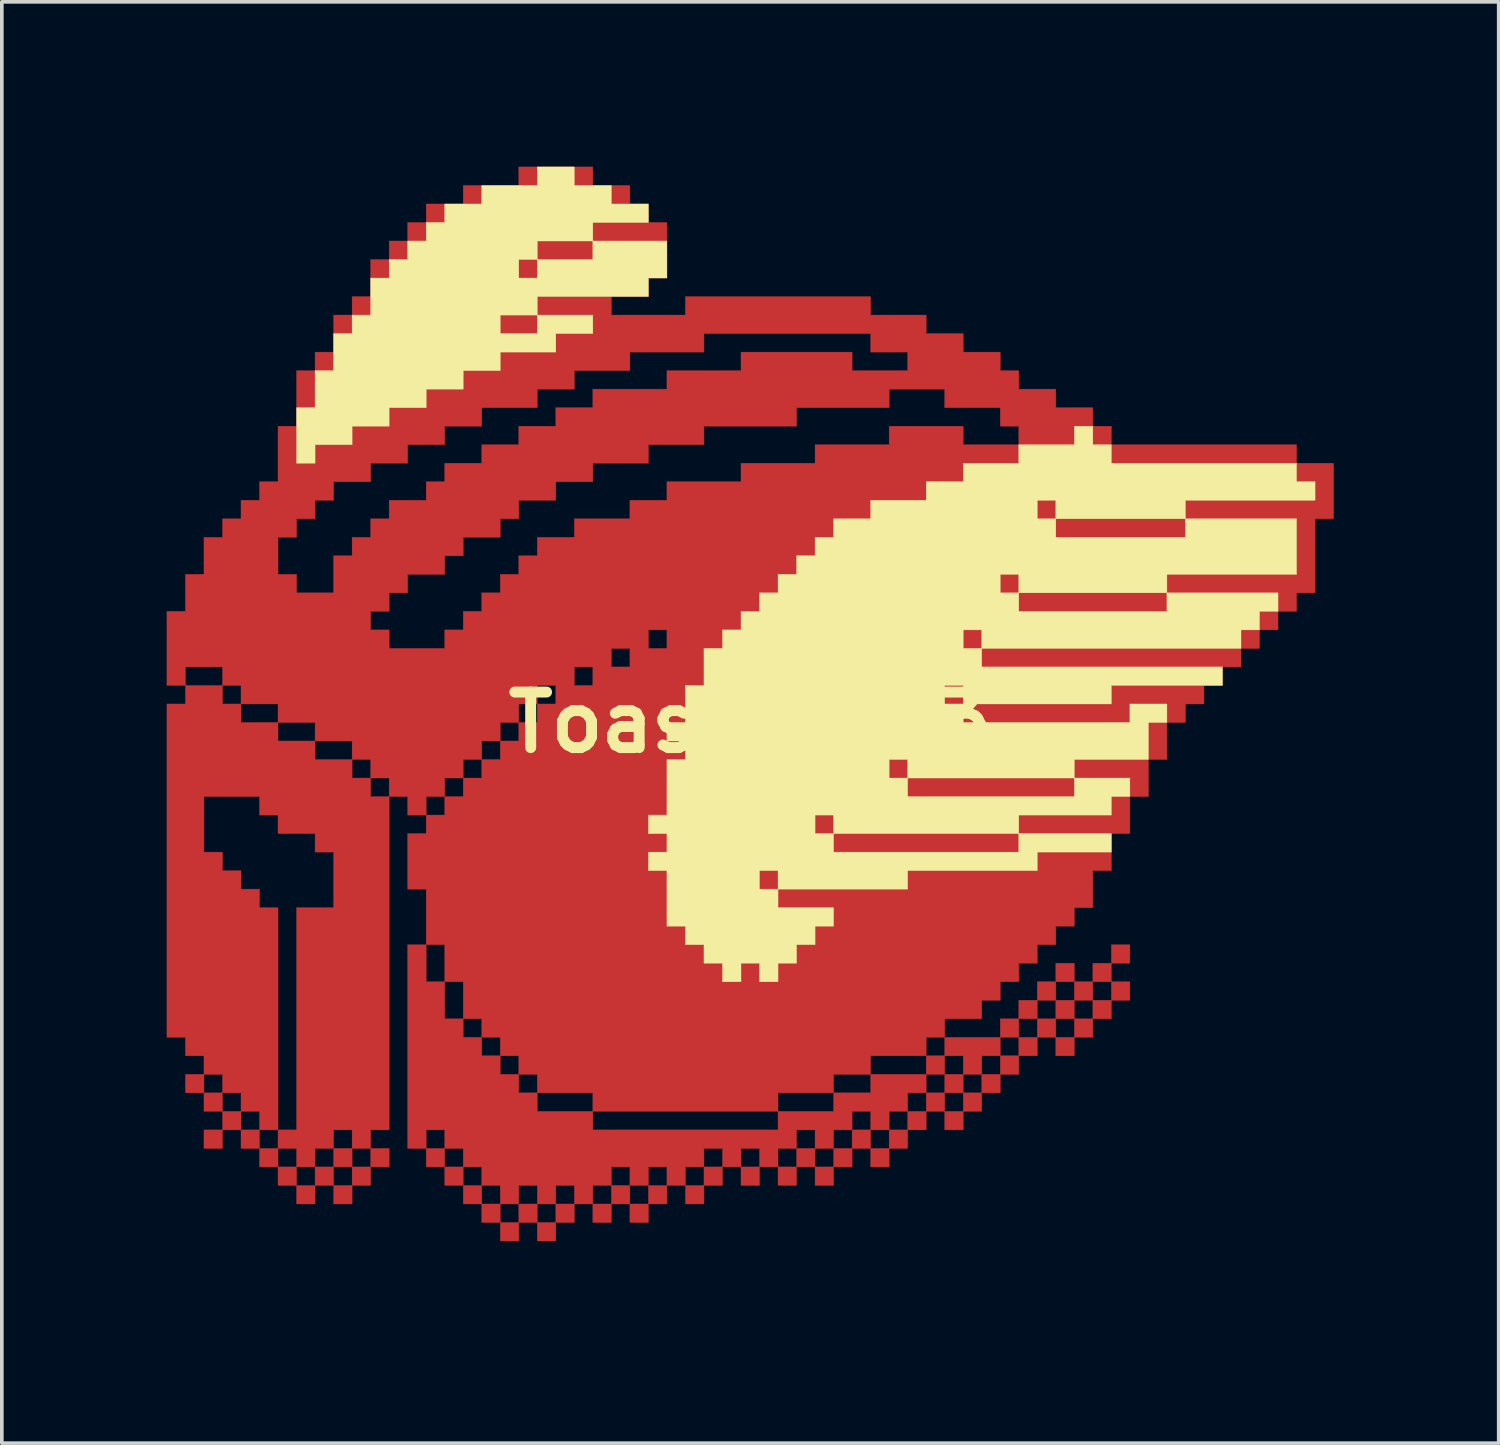
<source format=kicad_pcb>
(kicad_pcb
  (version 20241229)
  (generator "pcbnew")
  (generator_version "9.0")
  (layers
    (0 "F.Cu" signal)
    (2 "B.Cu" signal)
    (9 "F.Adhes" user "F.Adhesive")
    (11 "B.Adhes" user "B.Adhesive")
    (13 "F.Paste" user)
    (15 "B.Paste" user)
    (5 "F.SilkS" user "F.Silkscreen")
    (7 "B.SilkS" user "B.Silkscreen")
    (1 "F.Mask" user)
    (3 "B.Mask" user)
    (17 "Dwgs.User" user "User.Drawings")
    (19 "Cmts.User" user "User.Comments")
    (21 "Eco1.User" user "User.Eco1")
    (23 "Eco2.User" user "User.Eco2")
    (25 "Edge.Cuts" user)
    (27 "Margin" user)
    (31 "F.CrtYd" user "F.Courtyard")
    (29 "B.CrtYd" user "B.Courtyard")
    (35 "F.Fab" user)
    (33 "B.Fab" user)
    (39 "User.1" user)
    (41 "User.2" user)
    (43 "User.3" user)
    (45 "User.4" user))
  (footprint "Toasty_rev3"
    (layer "F.Cu")
    (at 17.531 16.769)
    (property "Reference" "Toasty_rev3" (at 0 0 0) (layer "F.SilkS") (effects (font (size 1.524 1.524) (thickness 0.3))))
    (attr through_hole)
    (fp_poly (pts (xy -15.494 10.16) (xy -15.494 9.652) (xy -14.986 9.652) (xy -14.986 10.16) (xy -15.494 10.16)) (stroke (width 0.01) (type solid)) (fill yes) (layer "F.Cu"))
    (fp_poly (pts (xy -14.986 10.668) (xy -14.986 10.16) (xy -14.478 10.16) (xy -14.478 10.668) (xy -14.986 10.668)) (stroke (width 0.01) (type solid)) (fill yes) (layer "F.Cu"))
    (fp_poly (pts (xy -14.478 10.668) (xy -13.97 10.668) (xy -13.97 11.176) (xy -14.478 11.176) (xy -14.478 10.668)) (stroke (width 0.01) (type solid)) (fill yes) (layer "F.Cu"))
    (fp_poly (pts (xy -14.478 11.684) (xy -14.986 11.684) (xy -14.986 11.176) (xy -14.478 11.176) (xy -14.478 11.684)) (stroke (width 0.01) (type solid)) (fill yes) (layer "F.Cu"))
    (fp_poly (pts (xy -10.922 12.192) (xy -11.43 12.192) (xy -11.43 11.684) (xy -10.922 11.684) (xy -10.922 12.192)) (stroke (width 0.01) (type solid)) (fill yes) (layer "F.Cu"))
    (fp_poly (pts (xy 1.27 12.192) (xy 1.27 11.684) (xy 1.778 11.684) (xy 1.778 12.192) (xy 1.27 12.192)) (stroke (width 0.01) (type solid)) (fill yes) (layer "F.Cu"))
    (fp_poly (pts (xy 1.27 12.7) (xy 0.762 12.7) (xy 0.762 12.192) (xy 1.27 12.192) (xy 1.27 12.7)) (stroke (width 0.01) (type solid)) (fill yes) (layer "F.Cu"))
    (fp_poly (pts (xy 2.286 12.7) (xy 1.778 12.7) (xy 1.778 12.192) (xy 2.286 12.192) (xy 2.286 12.7)) (stroke (width 0.01) (type solid)) (fill yes) (layer "F.Cu"))
    (fp_poly (pts (xy 2.794 11.684) (xy 2.794 11.176) (xy 3.302 11.176) (xy 3.302 11.684) (xy 2.794 11.684)) (stroke (width 0.01) (type solid)) (fill yes) (layer "F.Cu"))
    (fp_poly (pts (xy 2.794 12.192) (xy 2.286 12.192) (xy 2.286 11.684) (xy 2.794 11.684) (xy 2.794 12.192)) (stroke (width 0.01) (type solid)) (fill yes) (layer "F.Cu"))
    (fp_poly (pts (xy 3.81 12.192) (xy 3.302 12.192) (xy 3.302 11.684) (xy 3.81 11.684) (xy 3.81 12.192)) (stroke (width 0.01) (type solid)) (fill yes) (layer "F.Cu"))
    (fp_poly (pts (xy 4.318 11.684) (xy 3.81 11.684) (xy 3.81 11.176) (xy 4.318 11.176) (xy 4.318 11.684)) (stroke (width 0.01) (type solid)) (fill yes) (layer "F.Cu"))
    (fp_poly (pts (xy 4.826 9.652) (xy 4.826 9.144) (xy 5.334 9.144) (xy 5.334 9.652) (xy 4.826 9.652)) (stroke (width 0.01) (type solid)) (fill yes) (layer "F.Cu"))
    (fp_poly (pts (xy 4.826 10.668) (xy 4.826 10.16) (xy 5.334 10.16) (xy 5.334 10.668) (xy 4.826 10.668)) (stroke (width 0.01) (type solid)) (fill yes) (layer "F.Cu"))
    (fp_poly (pts (xy 4.826 11.176) (xy 4.318 11.176) (xy 4.318 10.668) (xy 4.826 10.668) (xy 4.826 11.176)) (stroke (width 0.01) (type solid)) (fill yes) (layer "F.Cu"))
    (fp_poly (pts (xy 5.842 9.652) (xy 5.842 10.16) (xy 5.334 10.16) (xy 5.334 9.652) (xy 5.842 9.652)) (stroke (width 0.01) (type solid)) (fill yes) (layer "F.Cu"))
    (fp_poly (pts (xy 5.842 11.176) (xy 5.334 11.176) (xy 5.334 10.668) (xy 5.842 10.668) (xy 5.842 11.176)) (stroke (width 0.01) (type solid)) (fill yes) (layer "F.Cu"))
    (fp_poly (pts (xy 6.35 10.668) (xy 5.842 10.668) (xy 5.842 10.16) (xy 6.35 10.16) (xy 6.35 10.668)) (stroke (width 0.01) (type solid)) (fill yes) (layer "F.Cu"))
    (fp_poly (pts (xy 6.858 10.16) (xy 6.35 10.16) (xy 6.35 9.652) (xy 6.858 9.652) (xy 6.858 10.16)) (stroke (width 0.01) (type solid)) (fill yes) (layer "F.Cu"))
    (fp_poly (pts (xy 7.366 8.636) (xy 6.858 8.636) (xy 6.858 8.128) (xy 7.366 8.128) (xy 7.366 8.636)) (stroke (width 0.01) (type solid)) (fill yes) (layer "F.Cu"))
    (fp_poly (pts (xy 7.366 9.652) (xy 6.858 9.652) (xy 6.858 9.144) (xy 7.366 9.144) (xy 7.366 9.652)) (stroke (width 0.01) (type solid)) (fill yes) (layer "F.Cu"))
    (fp_poly (pts (xy 7.874 8.128) (xy 7.366 8.128) (xy 7.366 7.62) (xy 7.874 7.62) (xy 7.874 8.128)) (stroke (width 0.01) (type solid)) (fill yes) (layer "F.Cu"))
    (fp_poly (pts (xy 7.874 8.636) (xy 7.874 8.128) (xy 8.382 8.128) (xy 8.382 8.636) (xy 7.874 8.636)) (stroke (width 0.01) (type solid)) (fill yes) (layer "F.Cu"))
    (fp_poly (pts (xy 7.874 9.144) (xy 7.366 9.144) (xy 7.366 8.636) (xy 7.874 8.636) (xy 7.874 9.144)) (stroke (width 0.01) (type solid)) (fill yes) (layer "F.Cu"))
    (fp_poly (pts (xy 8.382 7.112) (xy 8.382 6.604) (xy 8.89 6.604) (xy 8.89 7.112) (xy 8.382 7.112)) (stroke (width 0.01) (type solid)) (fill yes) (layer "F.Cu"))
    (fp_poly (pts (xy 8.382 7.62) (xy 7.874 7.62) (xy 7.874 7.112) (xy 8.382 7.112) (xy 8.382 7.62)) (stroke (width 0.01) (type solid)) (fill yes) (layer "F.Cu"))
    (fp_poly (pts (xy 8.89 8.128) (xy 8.382 8.128) (xy 8.382 7.62) (xy 8.89 7.62) (xy 8.89 8.128)) (stroke (width 0.01) (type solid)) (fill yes) (layer "F.Cu"))
    (fp_poly (pts (xy 8.89 9.144) (xy 8.382 9.144) (xy 8.382 8.636) (xy 8.89 8.636) (xy 8.89 9.144)) (stroke (width 0.01) (type solid)) (fill yes) (layer "F.Cu"))
    (fp_poly (pts (xy 9.398 7.62) (xy 8.89 7.62) (xy 8.89 7.112) (xy 9.398 7.112) (xy 9.398 7.62)) (stroke (width 0.01) (type solid)) (fill yes) (layer "F.Cu"))
    (fp_poly (pts (xy 9.398 8.636) (xy 8.89 8.636) (xy 8.89 8.128) (xy 9.398 8.128) (xy 9.398 8.636)) (stroke (width 0.01) (type solid)) (fill yes) (layer "F.Cu"))
    (fp_poly (pts (xy 9.906 6.096) (xy 10.414 6.096) (xy 10.414 6.604) (xy 9.906 6.604) (xy 9.906 6.096)) (stroke (width 0.01) (type solid)) (fill yes) (layer "F.Cu"))
    (fp_poly (pts (xy 9.906 7.112) (xy 9.398 7.112) (xy 9.398 6.604) (xy 9.906 6.604) (xy 9.906 7.112)) (stroke (width 0.01) (type solid)) (fill yes) (layer "F.Cu"))
    (fp_poly (pts (xy 9.906 7.112) (xy 10.414 7.112) (xy 10.414 7.62) (xy 9.906 7.62) (xy 9.906 7.112)) (stroke (width 0.01) (type solid)) (fill yes) (layer "F.Cu"))
    (fp_poly (pts (xy 9.906 8.128) (xy 9.398 8.128) (xy 9.398 7.62) (xy 9.906 7.62) (xy 9.906 8.128)) (stroke (width 0.01) (type solid)) (fill yes) (layer "F.Cu"))
    (fp_poly (pts (xy 6.858 9.144) (xy 6.35 9.144) (xy 6.35 9.652) (xy 5.842 9.652) (xy 5.842 9.144) (xy 5.334 9.144) (xy 5.334 8.636) (xy 6.858 8.636) (xy 6.858 9.144)) (stroke (width 0.01) (type solid)) (fill yes) (layer "F.Cu"))
    (fp_poly (pts (xy 0.254 12.192) (xy 0.254 12.7) (xy -0.254 12.7) (xy -0.254 12.192) (xy -0.762 12.192) (xy -0.762 12.7) (xy -1.27 12.7) (xy -1.27 13.208) (xy -1.778 13.208) (xy -1.778 12.7) (xy -2.286 12.7) (xy -2.286 13.208) (xy -2.794 13.208) (xy -2.794 13.716) (xy -3.302 13.716) (xy -3.302 13.208) (xy -3.81 13.208) (xy -3.81 13.716) (xy -4.318 13.716) (xy -4.318 13.208) (xy -4.826 13.208) (xy -4.826 13.716) (xy -5.334 13.716) (xy -5.334 14.224) (xy -5.842 14.224) (xy -5.842 13.716) (xy -6.35 13.716) (xy -6.35 14.224) (xy -6.858 14.224) (xy -6.858 13.716) (xy -7.366 13.716) (xy -7.366 13.208) (xy -7.874 13.208) (xy -7.874 12.7) (xy -8.382 12.7) (xy -8.382 12.192) (xy -8.89 12.192) (xy -8.89 11.684) (xy -9.398 11.684) (xy -9.398 11.176) (xy -8.89 11.176) (xy -8.89 11.684) (xy -8.382 11.684) (xy -8.382 12.192) (xy -7.874 12.192) (xy -7.874 12.7) (xy -7.366 12.7) (xy -7.366 13.208) (xy -6.858 13.208) (xy -6.858 13.716) (xy -6.35 13.716) (xy -6.35 13.208) (xy -6.858 13.208) (xy -6.858 12.7) (xy -6.35 12.7) (xy -6.35 13.208) (xy -5.842 13.208) (xy -5.842 13.716) (xy -5.334 13.716) (xy -5.334 13.208) (xy -5.842 13.208) (xy -5.842 12.7) (xy -5.334 12.7) (xy -5.334 13.208) (xy -4.826 13.208) (xy -4.826 12.7) (xy -4.318 12.7) (xy -4.318 13.208) (xy -3.81 13.208) (xy -3.81 12.7) (xy -4.318 12.7) (xy -4.826 12.7) (xy -5.334 12.7) (xy -5.842 12.7) (xy -6.35 12.7) (xy -6.858 12.7) (xy -7.366 12.7) (xy -7.366 12.192) (xy -3.81 12.192) (xy -3.81 12.7) (xy -3.302 12.7) (xy -3.302 13.208) (xy -2.794 13.208) (xy -2.794 12.7) (xy -3.302 12.7) (xy -3.302 12.192) (xy -2.794 12.192) (xy -2.794 12.7) (xy -2.286 12.7) (xy -2.286 12.192) (xy -1.778 12.192) (xy -1.778 12.7) (xy -1.27 12.7) (xy -1.27 12.192) (xy -1.778 12.192) (xy -2.286 12.192) (xy -2.794 12.192) (xy -3.302 12.192) (xy -3.81 12.192) (xy -7.366 12.192) (xy -7.874 12.192) (xy -7.874 11.684) (xy -1.27 11.684) (xy -1.27 12.192) (xy -0.762 12.192) (xy -0.762 11.684) (xy -0.254 11.684) (xy -0.254 12.192) (xy 0.254 12.192) (xy 0.254 11.684) (xy -0.254 11.684) (xy -0.762 11.684) (xy -1.27 11.684) (xy -7.874 11.684) (xy -8.382 11.684) (xy -8.382 11.176) (xy -8.89 11.176) (xy -9.398 11.176) (xy -9.398 6.096) (xy -8.89 6.096) (xy -8.89 7.112) (xy -8.382 7.112) (xy -8.382 8.128) (xy -7.874 8.128) (xy -7.874 8.636) (xy -7.366 8.636) (xy -7.366 9.144) (xy -6.858 9.144) (xy -6.858 9.652) (xy -6.35 9.652) (xy -6.35 10.16) (xy -5.842 10.16) (xy -5.842 10.668) (xy -4.318 10.668) (xy -4.318 11.176) (xy 0.762 11.176) (xy 0.762 10.668) (xy 2.286 10.668) (xy 2.286 10.16) (xy 3.302 10.16) (xy 3.302 9.652) (xy 4.826 9.652) (xy 4.826 10.16) (xy 4.318 10.16) (xy 4.318 10.668) (xy 3.81 10.668) (xy 3.81 11.176) (xy 3.302 11.176) (xy 3.302 10.668) (xy 2.794 10.668) (xy 2.794 11.176) (xy 2.286 11.176) (xy 2.286 11.684) (xy 1.778 11.684) (xy 1.778 11.176) (xy 1.27 11.176) (xy 1.27 11.684) (xy 0.762 11.684) (xy 0.762 12.192) (xy 0.254 12.192)) (stroke (width 0.01) (type solid)) (fill yes) (layer "F.Cu"))
    (fp_poly (pts (xy 4.826 8.636) (xy 4.826 9.144) (xy 3.302 9.144) (xy 3.302 9.652) (xy 2.286 9.652) (xy 2.286 10.16) (xy 0.762 10.16) (xy 0.762 10.668) (xy -4.318 10.668) (xy -4.318 10.16) (xy -5.842 10.16) (xy -5.842 9.652) (xy -6.35 9.652) (xy -6.35 9.144) (xy -6.858 9.144) (xy -6.858 8.636) (xy -7.366 8.636) (xy -7.366 8.128) (xy -7.874 8.128) (xy -7.874 7.112) (xy -8.382 7.112) (xy -8.382 6.096) (xy -8.89 6.096) (xy -8.89 4.572) (xy -9.398 4.572) (xy -9.398 3.048) (xy -8.89 3.048) (xy -8.89 2.54) (xy -9.398 2.54) (xy -9.398 2.032) (xy -8.89 2.032) (xy -8.89 2.54) (xy -8.382 2.54) (xy -8.382 2.032) (xy -8.89 2.032) (xy -9.398 2.032) (xy -9.906 2.032) (xy -9.906 11.176) (xy -10.414 11.176) (xy -10.414 11.684) (xy -9.906 11.684) (xy -9.906 12.192) (xy -10.414 12.192) (xy -10.414 12.7) (xy -10.922 12.7) (xy -10.922 13.208) (xy -11.43 13.208) (xy -11.43 12.7) (xy -11.938 12.7) (xy -11.938 13.208) (xy -12.446 13.208) (xy -12.446 12.7) (xy -12.954 12.7) (xy -12.954 12.192) (xy -13.462 12.192) (xy -13.462 11.684) (xy -13.97 11.684) (xy -13.97 11.176) (xy -13.462 11.176) (xy -13.462 11.684) (xy -12.954 11.684) (xy -12.954 12.192) (xy -12.446 12.192) (xy -12.446 12.7) (xy -11.938 12.7) (xy -11.938 12.192) (xy -12.446 12.192) (xy -12.446 11.684) (xy -11.938 11.684) (xy -11.938 12.192) (xy -11.43 12.192) (xy -11.43 12.7) (xy -10.922 12.7) (xy -10.922 12.192) (xy -10.414 12.192) (xy -10.414 11.684) (xy -10.922 11.684) (xy -10.922 11.176) (xy -11.43 11.176) (xy -11.43 11.684) (xy -11.938 11.684) (xy -12.446 11.684) (xy -12.954 11.684) (xy -12.954 11.176) (xy -13.462 11.176) (xy -13.462 10.668) (xy -13.97 10.668) (xy -13.97 10.16) (xy -14.478 10.16) (xy -14.478 9.652) (xy -14.986 9.652) (xy -14.986 9.144) (xy -15.494 9.144) (xy -15.494 8.636) (xy -16.002 8.636) (xy -16.002 2.032) (xy -14.986 2.032) (xy -14.986 3.556) (xy -14.478 3.556) (xy -14.478 4.064) (xy -13.97 4.064) (xy -13.97 4.572) (xy -13.462 4.572) (xy -13.462 5.08) (xy -12.954 5.08) (xy -12.954 11.176) (xy -12.446 11.176) (xy -12.446 5.08) (xy -11.43 5.08) (xy -11.43 3.556) (xy -11.938 3.556) (xy -11.938 3.048) (xy -12.954 3.048) (xy -12.954 2.54) (xy -13.462 2.54) (xy -13.462 2.032) (xy -10.414 2.032) (xy -9.906 2.032) (xy -9.906 1.524) (xy -8.382 1.524) (xy -8.382 2.032) (xy -7.874 2.032) (xy -7.874 1.524) (xy -8.382 1.524) (xy -9.906 1.524) (xy -10.414 1.524) (xy -10.414 2.032) (xy -13.462 2.032) (xy -14.986 2.032) (xy -16.002 2.032) (xy -16.002 -0.508) (xy -15.494 -0.508) (xy -15.494 -1.016) (xy -16.002 -1.016) (xy -16.002 -1.524) (xy -15.494 -1.524) (xy -15.494 -1.016) (xy -14.478 -1.016) (xy -14.478 -0.508) (xy -13.97 -0.508) (xy -13.97 0) (xy -12.954 0) (xy -12.954 0.508) (xy -11.938 0.508) (xy -11.938 1.016) (xy -10.922 1.016) (xy -10.922 1.524) (xy -10.414 1.524) (xy -10.414 1.016) (xy -7.874 1.016) (xy -7.874 1.524) (xy -7.366 1.524) (xy -7.366 1.016) (xy -7.874 1.016) (xy -10.414 1.016) (xy -10.922 1.016) (xy -10.922 0.508) (xy -7.366 0.508) (xy -7.366 1.016) (xy -6.858 1.016) (xy -6.858 0.508) (xy -7.366 0.508) (xy -10.922 0.508) (xy -11.938 0.508) (xy -11.938 0) (xy -6.858 0) (xy -6.858 0.508) (xy -6.35 0.508) (xy -6.35 0) (xy -6.858 0) (xy -11.938 0) (xy -12.954 0) (xy -12.954 -0.508) (xy -6.35 -0.508) (xy -6.35 0) (xy -5.842 0) (xy -5.842 -0.508) (xy -6.35 -0.508) (xy -12.954 -0.508) (xy -13.97 -0.508) (xy -13.97 -1.016) (xy -5.842 -1.016) (xy -5.842 -0.508) (xy -5.334 -0.508) (xy -5.334 -1.016) (xy -5.842 -1.016) (xy -13.97 -1.016) (xy -14.478 -1.016) (xy -14.478 -1.524) (xy -4.826 -1.524) (xy -4.826 -1.016) (xy -4.318 -1.016) (xy -4.318 -1.524) (xy -4.826 -1.524) (xy -14.478 -1.524) (xy -15.494 -1.524) (xy -16.002 -1.524) (xy -16.002 -3.048) (xy -15.494 -3.048) (xy -10.414 -3.048) (xy -10.414 -2.54) (xy -9.906 -2.54) (xy -9.906 -2.032) (xy -8.382 -2.032) (xy -3.81 -2.032) (xy -3.81 -1.524) (xy -3.302 -1.524) (xy -3.302 -2.032) (xy -3.81 -2.032) (xy -8.382 -2.032) (xy -8.382 -2.54) (xy -7.874 -2.54) (xy -2.794 -2.54) (xy -2.794 -2.032) (xy -2.286 -2.032) (xy -2.286 -2.54) (xy -2.794 -2.54) (xy -7.874 -2.54) (xy -7.874 -3.048) (xy -7.366 -3.048) (xy -7.366 -3.556) (xy -6.858 -3.556) (xy -6.858 -4.064) (xy -6.35 -4.064) (xy -6.35 -4.572) (xy -5.842 -4.572) (xy -5.842 -5.08) (xy -4.826 -5.08) (xy -4.826 -5.588) (xy -3.302 -5.588) (xy -3.302 -6.096) (xy -2.286 -6.096) (xy -2.286 -6.604) (xy -0.254 -6.604) (xy -0.254 -7.112) (xy 1.778 -7.112) (xy 1.778 -7.62) (xy 3.81 -7.62) (xy 3.81 -8.128) (xy 5.842 -8.128) (xy 5.842 -7.62) (xy 7.366 -7.62) (xy 7.366 -8.128) (xy 6.858 -8.128) (xy 6.858 -8.636) (xy 5.334 -8.636) (xy 5.334 -9.144) (xy 3.81 -9.144) (xy 3.81 -8.636) (xy 1.27 -8.636) (xy 1.27 -8.128) (xy -1.27 -8.128) (xy -1.27 -7.62) (xy -2.794 -7.62) (xy -2.794 -7.112) (xy -4.318 -7.112) (xy -4.318 -6.604) (xy -5.334 -6.604) (xy -5.334 -6.096) (xy -6.35 -6.096) (xy -6.35 -5.588) (xy -6.858 -5.588) (xy -6.858 -5.08) (xy -7.874 -5.08) (xy -7.874 -4.572) (xy -8.382 -4.572) (xy -8.382 -4.064) (xy -9.398 -4.064) (xy -9.398 -3.556) (xy -9.906 -3.556) (xy -9.906 -3.048) (xy -10.414 -3.048) (xy -15.494 -3.048) (xy -15.494 -4.064) (xy -14.986 -4.064) (xy -14.986 -5.08) (xy -14.478 -5.08) (xy -12.954 -5.08) (xy -12.954 -4.064) (xy -12.446 -4.064) (xy -12.446 -3.556) (xy -11.43 -3.556) (xy -11.43 -4.572) (xy -10.922 -4.572) (xy -10.922 -5.08) (xy -10.414 -5.08) (xy -10.414 -5.588) (xy -9.906 -5.588) (xy -9.906 -6.096) (xy -8.89 -6.096) (xy -8.89 -6.604) (xy -8.382 -6.604) (xy -8.382 -7.112) (xy -7.366 -7.112) (xy -7.366 -7.62) (xy -6.35 -7.62) (xy -6.35 -8.128) (xy -5.334 -8.128) (xy -5.334 -8.636) (xy -4.318 -8.636) (xy -4.318 -9.144) (xy -2.286 -9.144) (xy -2.286 -9.652) (xy -0.254 -9.652) (xy -0.254 -10.16) (xy 2.794 -10.16) (xy 2.794 -9.652) (xy 4.318 -9.652) (xy 4.318 -10.16) (xy 3.302 -10.16) (xy 3.302 -10.668) (xy -1.27 -10.668) (xy -1.27 -10.16) (xy -3.302 -10.16) (xy -3.302 -9.652) (xy -4.826 -9.652) (xy -4.826 -9.144) (xy -5.842 -9.144) (xy -5.842 -8.636) (xy -7.366 -8.636) (xy -7.366 -8.128) (xy -8.382 -8.128) (xy -8.382 -7.62) (xy -9.398 -7.62) (xy -9.398 -7.112) (xy -10.414 -7.112) (xy -10.414 -6.604) (xy -11.43 -6.604) (xy -11.43 -6.096) (xy -11.938 -6.096) (xy -11.938 -5.588) (xy -12.446 -5.588) (xy -12.446 -5.08) (xy -12.954 -5.08) (xy -14.478 -5.08) (xy -14.478 -5.588) (xy -13.97 -5.588) (xy -13.97 -6.096) (xy -13.462 -6.096) (xy -13.462 -6.604) (xy -12.954 -6.604) (xy -12.954 -8.128) (xy -12.446 -8.128) (xy -12.446 -9.652) (xy -11.938 -9.652) (xy -11.938 -10.16) (xy -11.43 -10.16) (xy -11.43 -11.176) (xy -10.922 -11.176) (xy -10.922 -11.684) (xy -10.414 -11.684) (xy -10.414 -12.7) (xy -9.906 -12.7) (xy -9.906 -13.208) (xy -9.398 -13.208) (xy -9.398 -13.716) (xy -8.89 -13.716) (xy -8.89 -14.224) (xy -7.874 -14.224) (xy -7.874 -14.732) (xy -6.35 -14.732) (xy -6.35 -15.24) (xy -4.318 -15.24) (xy -4.318 -14.732) (xy -3.302 -14.732) (xy -3.302 -14.224) (xy -2.794 -14.224) (xy -2.794 -13.716) (xy -2.286 -13.716) (xy -2.286 -12.192) (xy -2.794 -12.192) (xy -2.794 -11.684) (xy -3.81 -11.684) (xy -3.81 -11.176) (xy -1.778 -11.176) (xy -1.778 -11.684) (xy 3.302 -11.684) (xy 3.302 -11.176) (xy 4.826 -11.176) (xy 4.826 -10.668) (xy 5.842 -10.668) (xy 5.842 -10.16) (xy 6.858 -10.16) (xy 6.858 -9.652) (xy 7.366 -9.652) (xy 7.366 -9.144) (xy 8.382 -9.144) (xy 8.382 -8.636) (xy 9.398 -8.636) (xy 9.398 -8.128) (xy 9.906 -8.128) (xy 9.906 -7.62) (xy 14.986 -7.62) (xy 14.986 -7.112) (xy 16.002 -7.112) (xy 16.002 -5.588) (xy 15.494 -5.588) (xy 15.494 -3.556) (xy 14.986 -3.556) (xy 14.986 -3.048) (xy 14.478 -3.048) (xy 14.478 -2.54) (xy 13.97 -2.54) (xy 13.97 -2.032) (xy 13.462 -2.032) (xy 13.462 -1.524) (xy 12.954 -1.524) (xy 12.954 -1.016) (xy 12.446 -1.016) (xy 12.446 -0.508) (xy 11.938 -0.508) (xy 11.938 0) (xy 11.43 0) (xy 11.43 1.016) (xy 10.922 1.016) (xy 10.922 2.032) (xy 10.414 2.032) (xy 10.414 3.048) (xy 9.906 3.048) (xy 9.906 4.064) (xy 9.398 4.064) (xy 9.398 5.08) (xy 8.89 5.08) (xy 8.89 5.588) (xy 8.382 5.588) (xy 8.382 6.096) (xy 7.874 6.096) (xy 7.874 6.604) (xy 7.366 6.604) (xy 7.366 7.112) (xy 6.858 7.112) (xy 6.858 7.62) (xy 6.35 7.62) (xy 6.35 8.128) (xy 5.334 8.128) (xy 5.334 8.636) (xy 4.826 8.636)) (stroke (width 0.01) (type solid)) (fill yes) (layer "F.Cu"))
    (fp_poly (pts (xy -15.494 -1.016) (xy -15.494 -1.524) (xy -14.478 -1.524) (xy -14.478 -1.016) (xy -15.494 -1.016)) (stroke (width 0.01) (type solid)) (fill yes) (layer "F.Mask"))
    (fp_poly (pts (xy -14.986 10.16) (xy -14.986 9.652) (xy -14.478 9.652) (xy -14.478 10.16) (xy -14.986 10.16)) (stroke (width 0.01) (type solid)) (fill yes) (layer "F.Mask"))
    (fp_poly (pts (xy -14.478 -0.508) (xy -14.478 -1.016) (xy -13.97 -1.016) (xy -13.97 -0.508) (xy -14.478 -0.508)) (stroke (width 0.01) (type solid)) (fill yes) (layer "F.Mask"))
    (fp_poly (pts (xy -13.97 0) (xy -13.97 -0.508) (xy -12.954 -0.508) (xy -12.954 0) (xy -13.97 0)) (stroke (width 0.01) (type solid)) (fill yes) (layer "F.Mask"))
    (fp_poly (pts (xy -13.97 10.16) (xy -13.97 10.668) (xy -14.478 10.668) (xy -14.478 10.16) (xy -13.97 10.16)) (stroke (width 0.01) (type solid)) (fill yes) (layer "F.Mask"))
    (fp_poly (pts (xy -12.954 0.508) (xy -12.954 0) (xy -11.938 0) (xy -11.938 0.508) (xy -12.954 0.508)) (stroke (width 0.01) (type solid)) (fill yes) (layer "F.Mask"))
    (fp_poly (pts (xy -12.954 12.192) (xy -12.954 11.684) (xy -12.446 11.684) (xy -12.446 12.192) (xy -12.954 12.192)) (stroke (width 0.01) (type solid)) (fill yes) (layer "F.Mask"))
    (fp_poly (pts (xy -11.938 1.016) (xy -11.938 0.508) (xy -10.922 0.508) (xy -10.922 1.016) (xy -11.938 1.016)) (stroke (width 0.01) (type solid)) (fill yes) (layer "F.Mask"))
    (fp_poly (pts (xy -11.938 12.7) (xy -12.446 12.7) (xy -12.446 12.192) (xy -11.938 12.192) (xy -11.938 12.7)) (stroke (width 0.01) (type solid)) (fill yes) (layer "F.Mask"))
    (fp_poly (pts (xy -11.43 11.176) (xy -10.922 11.176) (xy -10.922 11.684) (xy -11.43 11.684) (xy -11.43 11.176)) (stroke (width 0.01) (type solid)) (fill yes) (layer "F.Mask"))
    (fp_poly (pts (xy -11.43 12.192) (xy -11.938 12.192) (xy -11.938 11.684) (xy -11.43 11.684) (xy -11.43 12.192)) (stroke (width 0.01) (type solid)) (fill yes) (layer "F.Mask"))
    (fp_poly (pts (xy -10.922 1.524) (xy -10.922 1.016) (xy -10.414 1.016) (xy -10.414 1.524) (xy -10.922 1.524)) (stroke (width 0.01) (type solid)) (fill yes) (layer "F.Mask"))
    (fp_poly (pts (xy -10.922 11.684) (xy -10.414 11.684) (xy -10.414 12.192) (xy -10.922 12.192) (xy -10.922 11.684)) (stroke (width 0.01) (type solid)) (fill yes) (layer "F.Mask"))
    (fp_poly (pts (xy -10.922 12.7) (xy -11.43 12.7) (xy -11.43 12.192) (xy -10.922 12.192) (xy -10.922 12.7)) (stroke (width 0.01) (type solid)) (fill yes) (layer "F.Mask"))
    (fp_poly (pts (xy -9.906 1.524) (xy -9.906 2.032) (xy -10.414 2.032) (xy -10.414 1.524) (xy -9.906 1.524)) (stroke (width 0.01) (type solid)) (fill yes) (layer "F.Mask"))
    (fp_poly (pts (xy -8.89 11.684) (xy -8.89 11.176) (xy -8.382 11.176) (xy -8.382 11.684) (xy -8.89 11.684)) (stroke (width 0.01) (type solid)) (fill yes) (layer "F.Mask"))
    (fp_poly (pts (xy -8.382 5.588) (xy -7.874 5.588) (xy -7.874 6.096) (xy -8.382 6.096) (xy -8.382 5.588)) (stroke (width 0.01) (type solid)) (fill yes) (layer "F.Mask"))
    (fp_poly (pts (xy -8.382 7.112) (xy -8.89 7.112) (xy -8.89 6.096) (xy -8.382 6.096) (xy -8.382 7.112)) (stroke (width 0.01) (type solid)) (fill yes) (layer "F.Mask"))
    (fp_poly (pts (xy -8.382 12.192) (xy -8.382 11.684) (xy -7.874 11.684) (xy -7.874 12.192) (xy -8.382 12.192)) (stroke (width 0.01) (type solid)) (fill yes) (layer "F.Mask"))
    (fp_poly (pts (xy -7.874 7.112) (xy -7.874 6.096) (xy -7.366 6.096) (xy -7.366 7.112) (xy -7.874 7.112)) (stroke (width 0.01) (type solid)) (fill yes) (layer "F.Mask"))
    (fp_poly (pts (xy -7.874 7.112) (xy -7.874 8.128) (xy -8.382 8.128) (xy -8.382 7.112) (xy -7.874 7.112)) (stroke (width 0.01) (type solid)) (fill yes) (layer "F.Mask"))
    (fp_poly (pts (xy -7.874 12.7) (xy -7.874 12.192) (xy -7.366 12.192) (xy -7.366 12.7) (xy -7.874 12.7)) (stroke (width 0.01) (type solid)) (fill yes) (layer "F.Mask"))
    (fp_poly (pts (xy -7.366 8.128) (xy -7.366 8.636) (xy -7.874 8.636) (xy -7.874 8.128) (xy -7.366 8.128)) (stroke (width 0.01) (type solid)) (fill yes) (layer "F.Mask"))
    (fp_poly (pts (xy -7.366 13.208) (xy -7.366 12.7) (xy -6.858 12.7) (xy -6.858 13.208) (xy -7.366 13.208)) (stroke (width 0.01) (type solid)) (fill yes) (layer "F.Mask"))
    (fp_poly (pts (xy -6.858 7.112) (xy -6.858 7.62) (xy -7.366 7.62) (xy -7.366 7.112) (xy -6.858 7.112)) (stroke (width 0.01) (type solid)) (fill yes) (layer "F.Mask"))
    (fp_poly (pts (xy -6.35 13.208) (xy -6.35 12.7) (xy -5.842 12.7) (xy -5.842 13.208) (xy -6.35 13.208)) (stroke (width 0.01) (type solid)) (fill yes) (layer "F.Mask"))
    (fp_poly (pts (xy -6.35 13.716) (xy -6.858 13.716) (xy -6.858 13.208) (xy -6.35 13.208) (xy -6.35 13.716)) (stroke (width 0.01) (type solid)) (fill yes) (layer "F.Mask"))
    (fp_poly (pts (xy -5.334 12.7) (xy -4.826 12.7) (xy -4.826 13.208) (xy -5.334 13.208) (xy -5.334 12.7)) (stroke (width 0.01) (type solid)) (fill yes) (layer "F.Mask"))
    (fp_poly (pts (xy -5.334 13.716) (xy -5.842 13.716) (xy -5.842 13.208) (xy -5.334 13.208) (xy -5.334 13.716)) (stroke (width 0.01) (type solid)) (fill yes) (layer "F.Mask"))
    (fp_poly (pts (xy -3.81 12.7) (xy -3.81 12.192) (xy -3.302 12.192) (xy -3.302 12.7) (xy -3.81 12.7)) (stroke (width 0.01) (type solid)) (fill yes) (layer "F.Mask"))
    (fp_poly (pts (xy -3.81 13.208) (xy -4.318 13.208) (xy -4.318 12.7) (xy -3.81 12.7) (xy -3.81 13.208)) (stroke (width 0.01) (type solid)) (fill yes) (layer "F.Mask"))
    (fp_poly (pts (xy -2.794 12.192) (xy -2.286 12.192) (xy -2.286 12.7) (xy -2.794 12.7) (xy -2.794 12.192)) (stroke (width 0.01) (type solid)) (fill yes) (layer "F.Mask"))
    (fp_poly (pts (xy -2.794 13.208) (xy -3.302 13.208) (xy -3.302 12.7) (xy -2.794 12.7) (xy -2.794 13.208)) (stroke (width 0.01) (type solid)) (fill yes) (layer "F.Mask"))
    (fp_poly (pts (xy -2.286 1.016) (xy -2.794 1.016) (xy -2.794 0.508) (xy -2.286 0.508) (xy -2.286 1.016)) (stroke (width 0.01) (type solid)) (fill yes) (layer "F.Mask"))
    (fp_poly (pts (xy -2.286 2.032) (xy -2.794 2.032) (xy -2.794 1.524) (xy -2.286 1.524) (xy -2.286 2.032)) (stroke (width 0.01) (type solid)) (fill yes) (layer "F.Mask"))
    (fp_poly (pts (xy -1.27 11.684) (xy -0.762 11.684) (xy -0.762 12.192) (xy -1.27 12.192) (xy -1.27 11.684)) (stroke (width 0.01) (type solid)) (fill yes) (layer "F.Mask"))
    (fp_poly (pts (xy -1.27 12.7) (xy -1.778 12.7) (xy -1.778 12.192) (xy -1.27 12.192) (xy -1.27 12.7)) (stroke (width 0.01) (type solid)) (fill yes) (layer "F.Mask"))
    (fp_poly (pts (xy 0.254 12.192) (xy -0.254 12.192) (xy -0.254 11.684) (xy 0.254 11.684) (xy 0.254 12.192)) (stroke (width 0.01) (type solid)) (fill yes) (layer "F.Mask"))
    (fp_poly (pts (xy 1.27 11.176) (xy 1.778 11.176) (xy 1.778 11.684) (xy 1.27 11.684) (xy 1.27 11.176)) (stroke (width 0.01) (type solid)) (fill yes) (layer "F.Mask"))
    (fp_poly (pts (xy 1.27 12.192) (xy 0.762 12.192) (xy 0.762 11.684) (xy 1.27 11.684) (xy 1.27 12.192)) (stroke (width 0.01) (type solid)) (fill yes) (layer "F.Mask"))
    (fp_poly (pts (xy 2.286 5.588) (xy 2.794 5.588) (xy 2.794 6.096) (xy 2.286 6.096) (xy 2.286 5.588)) (stroke (width 0.01) (type solid)) (fill yes) (layer "F.Mask"))
    (fp_poly (pts (xy 2.286 6.604) (xy 1.778 6.604) (xy 1.778 6.096) (xy 2.286 6.096) (xy 2.286 6.604)) (stroke (width 0.01) (type solid)) (fill yes) (layer "F.Mask"))
    (fp_poly (pts (xy 2.286 8.636) (xy 2.794 8.636) (xy 2.794 9.144) (xy 2.286 9.144) (xy 2.286 8.636)) (stroke (width 0.01) (type solid)) (fill yes) (layer "F.Mask"))
    (fp_poly (pts (xy 2.286 11.176) (xy 2.794 11.176) (xy 2.794 11.684) (xy 2.286 11.684) (xy 2.286 11.176)) (stroke (width 0.01) (type solid)) (fill yes) (layer "F.Mask"))
    (fp_poly (pts (xy 2.286 11.684) (xy 2.286 12.192) (xy 1.778 12.192) (xy 1.778 11.684) (xy 2.286 11.684)) (stroke (width 0.01) (type solid)) (fill yes) (layer "F.Mask"))
    (fp_poly (pts (xy 2.794 5.08) (xy 3.302 5.08) (xy 3.302 5.588) (xy 2.794 5.588) (xy 2.794 5.08)) (stroke (width 0.01) (type solid)) (fill yes) (layer "F.Mask"))
    (fp_poly (pts (xy 2.794 6.604) (xy 2.794 6.096) (xy 3.302 6.096) (xy 3.302 6.604) (xy 2.794 6.604)) (stroke (width 0.01) (type solid)) (fill yes) (layer "F.Mask"))
    (fp_poly (pts (xy 2.794 8.128) (xy 3.302 8.128) (xy 3.302 8.636) (xy 2.794 8.636) (xy 2.794 8.128)) (stroke (width 0.01) (type solid)) (fill yes) (layer "F.Mask"))
    (fp_poly (pts (xy 2.794 10.668) (xy 3.302 10.668) (xy 3.302 11.176) (xy 2.794 11.176) (xy 2.794 10.668)) (stroke (width 0.01) (type solid)) (fill yes) (layer "F.Mask"))
    (fp_poly (pts (xy 3.81 5.08) (xy 4.318 5.08) (xy 4.318 5.588) (xy 3.81 5.588) (xy 3.81 5.08)) (stroke (width 0.01) (type solid)) (fill yes) (layer "F.Mask"))
    (fp_poly (pts (xy 3.81 5.588) (xy 3.81 6.096) (xy 3.302 6.096) (xy 3.302 5.588) (xy 3.81 5.588)) (stroke (width 0.01) (type solid)) (fill yes) (layer "F.Mask"))
    (fp_poly (pts (xy 3.81 6.604) (xy 3.81 7.112) (xy 3.302 7.112) (xy 3.302 6.604) (xy 3.81 6.604)) (stroke (width 0.01) (type solid)) (fill yes) (layer "F.Mask"))
    (fp_poly (pts (xy 3.81 10.668) (xy 4.318 10.668) (xy 4.318 11.176) (xy 3.81 11.176) (xy 3.81 10.668)) (stroke (width 0.01) (type solid)) (fill yes) (layer "F.Mask"))
    (fp_poly (pts (xy 3.81 11.176) (xy 3.81 11.684) (xy 3.302 11.684) (xy 3.302 11.176) (xy 3.81 11.176)) (stroke (width 0.01) (type solid)) (fill yes) (layer "F.Mask"))
    (fp_poly (pts (xy 4.318 4.572) (xy 4.826 4.572) (xy 4.826 5.08) (xy 4.318 5.08) (xy 4.318 4.572)) (stroke (width 0.01) (type solid)) (fill yes) (layer "F.Mask"))
    (fp_poly (pts (xy 4.318 10.16) (xy 4.826 10.16) (xy 4.826 10.668) (xy 4.318 10.668) (xy 4.318 10.16)) (stroke (width 0.01) (type solid)) (fill yes) (layer "F.Mask"))
    (fp_poly (pts (xy 4.826 7.112) (xy 5.334 7.112) (xy 5.334 7.62) (xy 4.826 7.62) (xy 4.826 7.112)) (stroke (width 0.01) (type solid)) (fill yes) (layer "F.Mask"))
    (fp_poly (pts (xy 5.334 4.572) (xy 5.842 4.572) (xy 5.842 5.08) (xy 5.334 5.08) (xy 5.334 4.572)) (stroke (width 0.01) (type solid)) (fill yes) (layer "F.Mask"))
    (fp_poly (pts (xy 5.334 5.08) (xy 5.334 5.588) (xy 4.826 5.588) (xy 4.826 5.08) (xy 5.334 5.08)) (stroke (width 0.01) (type solid)) (fill yes) (layer "F.Mask"))
    (fp_poly (pts (xy 5.334 5.588) (xy 5.842 5.588) (xy 5.842 6.096) (xy 5.334 6.096) (xy 5.334 5.588)) (stroke (width 0.01) (type solid)) (fill yes) (layer "F.Mask"))
    (fp_poly (pts (xy 5.334 6.604) (xy 5.842 6.604) (xy 5.842 7.112) (xy 5.334 7.112) (xy 5.334 6.604)) (stroke (width 0.01) (type solid)) (fill yes) (layer "F.Mask"))
    (fp_poly (pts (xy 6.35 4.572) (xy 6.858 4.572) (xy 6.858 5.08) (xy 6.35 5.08) (xy 6.35 4.572)) (stroke (width 0.01) (type solid)) (fill yes) (layer "F.Mask"))
    (fp_poly (pts (xy 6.35 5.08) (xy 6.35 5.588) (xy 5.842 5.588) (xy 5.842 5.08) (xy 6.35 5.08)) (stroke (width 0.01) (type solid)) (fill yes) (layer "F.Mask"))
    (fp_poly (pts (xy 6.35 6.096) (xy 6.35 5.588) (xy 6.858 5.588) (xy 6.858 6.096) (xy 6.35 6.096)) (stroke (width 0.01) (type solid)) (fill yes) (layer "F.Mask"))
    (fp_poly (pts (xy 6.35 6.604) (xy 5.842 6.604) (xy 5.842 6.096) (xy 6.35 6.096) (xy 6.35 6.604)) (stroke (width 0.01) (type solid)) (fill yes) (layer "F.Mask"))
    (fp_poly (pts (xy 6.35 6.604) (xy 6.858 6.604) (xy 6.858 7.112) (xy 6.35 7.112) (xy 6.35 6.604)) (stroke (width 0.01) (type solid)) (fill yes) (layer "F.Mask"))
    (fp_poly (pts (xy 6.35 7.112) (xy 6.35 7.62) (xy 5.842 7.62) (xy 5.842 7.112) (xy 6.35 7.112)) (stroke (width 0.01) (type solid)) (fill yes) (layer "F.Mask"))
    (fp_poly (pts (xy 6.35 9.144) (xy 6.858 9.144) (xy 6.858 9.652) (xy 6.35 9.652) (xy 6.35 9.144)) (stroke (width 0.01) (type solid)) (fill yes) (layer "F.Mask"))
    (fp_poly (pts (xy 6.858 5.08) (xy 7.366 5.08) (xy 7.366 5.588) (xy 6.858 5.588) (xy 6.858 5.08)) (stroke (width 0.01) (type solid)) (fill yes) (layer "F.Mask"))
    (fp_poly (pts (xy 6.858 6.096) (xy 7.366 6.096) (xy 7.366 6.604) (xy 6.858 6.604) (xy 6.858 6.096)) (stroke (width 0.01) (type solid)) (fill yes) (layer "F.Mask"))
    (fp_poly (pts (xy 6.858 8.636) (xy 7.366 8.636) (xy 7.366 9.144) (xy 6.858 9.144) (xy 6.858 8.636)) (stroke (width 0.01) (type solid)) (fill yes) (layer "F.Mask"))
    (fp_poly (pts (xy 7.366 4.572) (xy 7.874 4.572) (xy 7.874 5.08) (xy 7.366 5.08) (xy 7.366 4.572)) (stroke (width 0.01) (type solid)) (fill yes) (layer "F.Mask"))
    (fp_poly (pts (xy 7.366 8.128) (xy 7.874 8.128) (xy 7.874 8.636) (xy 7.366 8.636) (xy 7.366 8.128)) (stroke (width 0.01) (type solid)) (fill yes) (layer "F.Mask"))
    (fp_poly (pts (xy 7.874 4.064) (xy 8.382 4.064) (xy 8.382 4.572) (xy 7.874 4.572) (xy 7.874 4.064)) (stroke (width 0.01) (type solid)) (fill yes) (layer "F.Mask"))
    (fp_poly (pts (xy 8.89 5.08) (xy 8.382 5.08) (xy 8.382 4.572) (xy 8.89 4.572) (xy 8.89 5.08)) (stroke (width 0.01) (type solid)) (fill yes) (layer "F.Mask"))
    (fp_poly (pts (xy 9.398 7.112) (xy 9.906 7.112) (xy 9.906 7.62) (xy 9.398 7.62) (xy 9.398 7.112)) (stroke (width 0.01) (type solid)) (fill yes) (layer "F.Mask"))
    (fp_poly (pts (xy 3.302 7.62) (xy 3.81 7.62) (xy 3.81 8.128) (xy 4.318 8.128) (xy 4.318 7.62) (xy 3.81 7.62) (xy 3.81 7.112) (xy 4.318 7.112) (xy 4.318 7.62) (xy 4.826 7.62) (xy 4.826 8.128) (xy 4.318 8.128) (xy 4.318 8.636) (xy 3.81 8.636) (xy 3.81 8.128) (xy 3.302 8.128) (xy 3.302 7.62)) (stroke (width 0.01) (type solid)) (fill yes) (layer "F.Mask"))
    (fp_poly (pts (xy 4.826 9.652) (xy 5.334 9.652) (xy 5.334 10.16) (xy 5.842 10.16) (xy 5.842 9.652) (xy 5.334 9.652) (xy 5.334 9.144) (xy 5.842 9.144) (xy 5.842 9.652) (xy 6.35 9.652) (xy 6.35 10.16) (xy 5.842 10.16) (xy 5.842 10.668) (xy 5.334 10.668) (xy 5.334 10.16) (xy 4.826 10.16) (xy 4.826 9.652)) (stroke (width 0.01) (type solid)) (fill yes) (layer "F.Mask"))
    (fp_poly (pts (xy 5.334 6.604) (xy 4.826 6.604) (xy 4.826 7.112) (xy 4.318 7.112) (xy 4.318 6.604) (xy 3.81 6.604) (xy 3.81 6.096) (xy 4.318 6.096) (xy 4.318 6.604) (xy 4.826 6.604) (xy 4.826 6.096) (xy 4.318 6.096) (xy 4.318 5.588) (xy 4.826 5.588) (xy 4.826 6.096) (xy 5.334 6.096) (xy 5.334 6.604)) (stroke (width 0.01) (type solid)) (fill yes) (layer "F.Mask"))
    (fp_poly (pts (xy 9.398 8.128) (xy 8.89 8.128) (xy 8.89 8.636) (xy 8.382 8.636) (xy 8.382 8.128) (xy 7.874 8.128) (xy 7.874 7.62) (xy 8.382 7.62) (xy 8.382 8.128) (xy 8.89 8.128) (xy 8.89 7.62) (xy 8.382 7.62) (xy 8.382 7.112) (xy 8.89 7.112) (xy 8.89 7.62) (xy 9.398 7.62) (xy 9.398 8.128)) (stroke (width 0.01) (type solid)) (fill yes) (layer "F.Mask"))
    (fp_poly (pts (xy -13.462 11.684) (xy -13.462 11.176) (xy -13.97 11.176) (xy -13.97 10.668) (xy -13.462 10.668) (xy -13.462 11.176) (xy -12.954 11.176) (xy -12.954 10.668) (xy -13.462 10.668) (xy -13.462 4.572) (xy -13.97 4.572) (xy -13.97 4.064) (xy -14.478 4.064) (xy -14.478 3.556) (xy -14.986 3.556) (xy -14.986 1.524) (xy -14.478 1.524) (xy -14.478 1.016) (xy -13.462 1.016) (xy -13.462 1.524) (xy -12.954 1.524) (xy -12.954 2.032) (xy -11.938 2.032) (xy -11.938 2.54) (xy -10.922 2.54) (xy -10.922 4.064) (xy -11.43 4.064) (xy -11.43 5.08) (xy -12.446 5.08) (xy -12.446 11.176) (xy -12.954 11.176) (xy -12.954 11.684) (xy -13.462 11.684)) (stroke (width 0.01) (type solid)) (fill yes) (layer "F.Mask"))
    (fp_poly (pts (xy -6.858 8.636) (xy -6.858 9.144) (xy -6.35 9.144) (xy -6.35 9.652) (xy -5.842 9.652) (xy -5.842 10.16) (xy -4.318 10.16) (xy -4.318 9.652) (xy -5.842 9.652) (xy -5.842 9.144) (xy -6.35 9.144) (xy -6.35 8.636) (xy -6.858 8.636) (xy -6.858 7.62) (xy -6.35 7.62) (xy -6.35 8.128) (xy -5.842 8.128) (xy -5.842 8.636) (xy -4.826 8.636) (xy -4.826 9.144) (xy -3.81 9.144) (xy -3.81 9.652) (xy 0.762 9.652) (xy 0.762 9.144) (xy 2.286 9.144) (xy 2.286 9.652) (xy 1.27 9.652) (xy 1.27 10.16) (xy 2.286 10.16) (xy 2.286 10.668) (xy 0.762 10.668) (xy 0.762 11.176) (xy -4.318 11.176) (xy -4.318 10.668) (xy 0.762 10.668) (xy 0.762 10.16) (xy -4.318 10.16) (xy -4.318 10.668) (xy -5.842 10.668) (xy -5.842 10.16) (xy -6.35 10.16) (xy -6.35 9.652) (xy -6.858 9.652) (xy -6.858 9.144) (xy -7.366 9.144) (xy -7.366 8.636) (xy -6.858 8.636)) (stroke (width 0.01) (type solid)) (fill yes) (layer "F.Mask"))
    (fp_poly (pts (xy 17.526 16.764) (xy -17.526 16.764) (xy -17.526 11.176) (xy -14.986 11.176) (xy -14.986 11.684) (xy -14.478 11.684) (xy -14.478 11.176) (xy -14.986 11.176) (xy -17.526 11.176) (xy -17.526 -3.048) (xy -16.002 -3.048) (xy -16.002 -1.016) (xy -15.494 -1.016) (xy -15.494 -0.508) (xy -16.002 -0.508) (xy -16.002 8.636) (xy -15.494 8.636) (xy -15.494 9.144) (xy -14.986 9.144) (xy -14.986 9.652) (xy -15.494 9.652) (xy -15.494 10.16) (xy -14.986 10.16) (xy -14.986 10.668) (xy -14.478 10.668) (xy -14.478 11.176) (xy -13.97 11.176) (xy -13.97 11.684) (xy -13.462 11.684) (xy -13.462 12.192) (xy -12.954 12.192) (xy -12.954 12.7) (xy -12.446 12.7) (xy -12.446 13.208) (xy -11.938 13.208) (xy -11.938 12.7) (xy -11.43 12.7) (xy -11.43 13.208) (xy -10.922 13.208) (xy -10.922 12.7) (xy -10.414 12.7) (xy -10.414 12.192) (xy -9.906 12.192) (xy -9.906 11.684) (xy -10.414 11.684) (xy -10.414 11.176) (xy -9.906 11.176) (xy -9.906 3.048) (xy -9.398 3.048) (xy -9.398 4.572) (xy -8.89 4.572) (xy -8.89 6.096) (xy -9.398 6.096) (xy -9.398 11.684) (xy -8.89 11.684) (xy -8.89 12.192) (xy -8.382 12.192) (xy -8.382 12.7) (xy -7.874 12.7) (xy -7.874 13.208) (xy -7.366 13.208) (xy -7.366 13.716) (xy -6.858 13.716) (xy -6.858 14.224) (xy -6.35 14.224) (xy -6.35 13.716) (xy -5.842 13.716) (xy -5.842 14.224) (xy -5.334 14.224) (xy -5.334 13.716) (xy -4.826 13.716) (xy -4.826 13.208) (xy -4.318 13.208) (xy -4.318 13.716) (xy -3.81 13.716) (xy -3.81 13.208) (xy -3.302 13.208) (xy -3.302 13.716) (xy -2.794 13.716) (xy -2.794 13.208) (xy -2.286 13.208) (xy -2.286 12.7) (xy -1.778 12.7) (xy -1.778 13.208) (xy -1.27 13.208) (xy -1.27 12.7) (xy -0.762 12.7) (xy -0.762 12.192) (xy -0.254 12.192) (xy -0.254 12.7) (xy 0.254 12.7) (xy 0.254 12.192) (xy 0.762 12.192) (xy 0.762 12.7) (xy 1.27 12.7) (xy 1.27 12.192) (xy 1.778 12.192) (xy 1.778 12.7) (xy 2.286 12.7) (xy 2.286 12.192) (xy 2.794 12.192) (xy 2.794 11.684) (xy 3.302 11.684) (xy 3.302 12.192) (xy 3.81 12.192) (xy 3.81 11.684) (xy 4.318 11.684) (xy 4.318 11.176) (xy 4.826 11.176) (xy 4.826 10.668) (xy 5.334 10.668) (xy 5.334 11.176) (xy 5.842 11.176) (xy 5.842 10.668) (xy 6.35 10.668) (xy 6.35 10.16) (xy 6.858 10.16) (xy 6.858 9.652) (xy 7.366 9.652) (xy 7.366 9.144) (xy 7.874 9.144) (xy 7.874 8.636) (xy 8.382 8.636) (xy 8.382 9.144) (xy 8.89 9.144) (xy 8.89 8.636) (xy 9.398 8.636) (xy 9.398 8.128) (xy 9.906 8.128) (xy 9.906 7.62) (xy 10.414 7.62) (xy 10.414 7.112) (xy 9.906 7.112) (xy 9.906 6.604) (xy 9.398 6.604) (xy 9.398 7.112) (xy 8.89 7.112) (xy 8.89 6.604) (xy 8.382 6.604) (xy 8.382 7.112) (xy 7.874 7.112) (xy 7.874 7.62) (xy 7.366 7.62) (xy 7.366 8.128) (xy 6.858 8.128) (xy 6.858 8.636) (xy 5.334 8.636) (xy 5.334 9.144) (xy 4.826 9.144) (xy 4.826 9.652) (xy 3.302 9.652) (xy 3.302 10.16) (xy 2.286 10.16) (xy 2.286 9.652) (xy 2.794 9.652) (xy 2.794 9.144) (xy 3.302 9.144) (xy 3.302 8.636) (xy 3.81 8.636) (xy 3.81 9.144) (xy 4.318 9.144) (xy 4.318 8.636) (xy 4.826 8.636) (xy 4.826 8.128) (xy 5.334 8.128) (xy 5.334 7.62) (xy 5.842 7.62) (xy 5.842 8.128) (xy 6.35 8.128) (xy 6.35 7.62) (xy 6.858 7.62) (xy 6.858 7.112) (xy 7.366 7.112) (xy 7.366 6.604) (xy 7.874 6.604) (xy 7.874 6.096) (xy 9.906 6.096) (xy 9.906 6.604) (xy 10.414 6.604) (xy 10.414 6.096) (xy 9.906 6.096) (xy 7.874 6.096) (xy 7.366 6.096) (xy 7.366 5.588) (xy 7.874 5.588) (xy 7.874 5.08) (xy 8.382 5.08) (xy 8.382 5.588) (xy 8.89 5.588) (xy 8.89 5.08) (xy 9.398 5.08) (xy 9.398 4.572) (xy 8.89 4.572) (xy 8.89 4.064) (xy 9.906 4.064) (xy 9.906 3.556) (xy 7.874 3.556) (xy 7.874 4.064) (xy 4.318 4.064) (xy 4.318 4.572) (xy 0.762 4.572) (xy 0.762 5.08) (xy 2.286 5.08) (xy 2.286 5.588) (xy 1.778 5.588) (xy 1.778 6.096) (xy 1.27 6.096) (xy 1.27 6.604) (xy 1.778 6.604) (xy 1.778 7.112) (xy 2.286 7.112) (xy 2.286 6.604) (xy 2.794 6.604) (xy 2.794 7.112) (xy 3.302 7.112) (xy 3.302 7.62) (xy 2.794 7.62) (xy 2.794 8.128) (xy 1.778 8.128) (xy 1.778 8.636) (xy 0.762 8.636) (xy 0.762 9.144) (xy -3.81 9.144) (xy -3.81 8.636) (xy -4.826 8.636) (xy -4.826 8.128) (xy -5.334 8.128) (xy -5.334 7.62) (xy -5.842 7.62) (xy -5.842 7.112) (xy -1.27 7.112) (xy -0.762 7.112) (xy -0.762 6.604) (xy -0.254 6.604) (xy -0.254 7.112) (xy 0.254 7.112) (xy 0.254 6.604) (xy 0.762 6.604) (xy 0.762 7.112) (xy 1.27 7.112) (xy 1.27 6.604) (xy 0.762 6.604) (xy 0.254 6.604) (xy -0.254 6.604) (xy -0.762 6.604) (xy -1.27 6.604) (xy -1.27 7.112) (xy -5.842 7.112) (xy -6.35 7.112) (xy -6.35 6.604) (xy -6.858 6.604) (xy -6.858 5.588) (xy -7.366 5.588) (xy -7.366 5.08) (xy -2.794 5.08) (xy -2.794 5.588) (xy -2.286 5.588) (xy -2.286 6.096) (xy -1.778 6.096) (xy -1.778 6.604) (xy -1.27 6.604) (xy -1.27 6.096) (xy -1.778 6.096) (xy -1.778 5.588) (xy -2.286 5.588) (xy -2.286 5.08) (xy -2.794 5.08) (xy -7.366 5.08) (xy -7.874 5.08) (xy -7.874 4.572) (xy -2.794 4.572) (xy -2.286 4.572) (xy -2.286 4.064) (xy 0.254 4.064) (xy 0.254 4.572) (xy 0.762 4.572) (xy 0.762 4.064) (xy 0.254 4.064) (xy -2.286 4.064) (xy -2.794 4.064) (xy -2.794 4.572) (xy -7.874 4.572) (xy -7.874 3.556) (xy -3.302 3.556) (xy -3.302 4.064) (xy -2.794 4.064) (xy -2.794 3.556) (xy -3.302 3.556) (xy -7.874 3.556) (xy -7.874 3.048) (xy -7.366 3.048) (xy -7.366 2.54) (xy -6.858 2.54) (xy -3.302 2.54) (xy -3.302 3.048) (xy -2.794 3.048) (xy -2.794 3.556) (xy -2.286 3.556) (xy 2.286 3.556) (xy 7.366 3.556) (xy 7.366 3.048) (xy 2.286 3.048) (xy 2.286 3.556) (xy -2.286 3.556) (xy -2.286 3.048) (xy -2.794 3.048) (xy -2.794 2.54) (xy -3.302 2.54) (xy -6.858 2.54) (xy -6.858 2.032) (xy -6.35 2.032) (xy -6.35 1.524) (xy -5.842 1.524) (xy -5.842 1.016) (xy -5.334 1.016) (xy -5.334 0.508) (xy -4.826 0.508) (xy -3.302 0.508) (xy -3.302 1.016) (xy -2.794 1.016) (xy -2.794 1.524) (xy -3.302 1.524) (xy -3.302 2.032) (xy -2.794 2.032) (xy -2.794 2.54) (xy -2.286 2.54) (xy 1.778 2.54) (xy 1.778 3.048) (xy 2.286 3.048) (xy 2.286 2.54) (xy 7.366 2.54) (xy 7.366 3.048) (xy 10.414 3.048) (xy 10.414 2.032) (xy 9.906 2.032) (xy 9.906 2.54) (xy 7.366 2.54) (xy 2.286 2.54) (xy 1.778 2.54) (xy -2.286 2.54) (xy -2.286 2.032) (xy -1.778 2.032) (xy 4.318 2.032) (xy 8.89 2.032) (xy 8.89 1.524) (xy 4.318 1.524) (xy 4.318 2.032) (xy -1.778 2.032) (xy -1.778 1.524) (xy -2.286 1.524) (xy -2.286 1.016) (xy -1.778 1.016) (xy 3.81 1.016) (xy 3.81 1.524) (xy 4.318 1.524) (xy 4.318 1.016) (xy 8.89 1.016) (xy 8.89 1.524) (xy 10.414 1.524) (xy 10.414 2.032) (xy 10.922 2.032) (xy 10.922 1.016) (xy 8.89 1.016) (xy 4.318 1.016) (xy 3.81 1.016) (xy -1.778 1.016) (xy -1.778 0.508) (xy -2.286 0.508) (xy -2.286 0) (xy -2.794 0) (xy -2.794 0.508) (xy -3.302 0.508) (xy -4.826 0.508) (xy -4.826 0) (xy -4.318 0) (xy -4.318 -0.508) (xy -3.81 -0.508) (xy -3.81 -1.016) (xy -2.794 -1.016) (xy -2.286 -1.016) (xy -2.286 0) (xy -1.778 0) (xy -1.778 -1.016) (xy -1.27 -1.016) (xy 5.334 -1.016) (xy 5.334 -0.508) (xy 5.842 -0.508) (xy 5.842 0) (xy 10.414 0) (xy 10.922 0) (xy 10.922 1.016) (xy 11.43 1.016) (xy 11.43 0) (xy 10.922 0) (xy 10.414 0) (xy 10.414 -0.508) (xy 11.43 -0.508) (xy 11.43 0) (xy 11.938 0) (xy 11.938 -0.508) (xy 12.446 -0.508) (xy 12.446 -1.016) (xy 9.906 -1.016) (xy 9.906 -0.508) (xy 5.842 -0.508) (xy 5.842 -1.016) (xy 5.334 -1.016) (xy -1.27 -1.016) (xy -1.27 -1.524) (xy 6.35 -1.524) (xy 13.462 -1.524) (xy 13.462 -2.032) (xy 6.35 -2.032) (xy 6.35 -1.524) (xy -1.27 -1.524) (xy -1.27 -2.032) (xy -1.778 -2.032) (xy -1.778 -1.016) (xy -2.286 -1.016) (xy -2.794 -1.016) (xy -2.794 -1.524) (xy -2.286 -1.524) (xy -2.286 -2.032) (xy -3.302 -2.032) (xy -3.302 -1.524) (xy -4.318 -1.524) (xy -4.318 -1.016) (xy -5.334 -1.016) (xy -5.334 -0.508) (xy -5.842 -0.508) (xy -5.842 0) (xy -6.35 0) (xy -6.35 0.508) (xy -6.858 0.508) (xy -6.858 1.016) (xy -7.366 1.016) (xy -7.366 1.524) (xy -7.874 1.524) (xy -7.874 2.032) (xy -8.382 2.032) (xy -8.382 2.54) (xy -8.89 2.54) (xy -8.89 3.048) (xy -9.398 3.048) (xy -9.906 3.048) (xy -9.906 2.032) (xy -9.398 2.032) (xy -9.398 2.54) (xy -8.89 2.54) (xy -8.89 1.524) (xy -9.398 1.524) (xy -9.398 1.016) (xy -9.906 1.016) (xy -9.906 0.508) (xy -10.922 0.508) (xy -10.922 0) (xy -11.43 0) (xy -11.43 -0.508) (xy -12.446 -0.508) (xy -12.446 -1.016) (xy -13.462 -1.016) (xy -13.462 -1.524) (xy -14.478 -1.524) (xy -14.478 -2.032) (xy -8.89 -2.032) (xy -8.89 -1.524) (xy -7.874 -1.524) (xy -7.874 -2.032) (xy -7.366 -2.032) (xy -7.366 -2.54) (xy -6.858 -2.54) (xy -2.286 -2.54) (xy -2.286 -2.032) (xy -1.778 -2.032) (xy -1.778 -2.54) (xy -1.27 -2.54) (xy -1.27 -2.032) (xy -0.762 -2.032) (xy -0.762 -2.54) (xy -1.27 -2.54) (xy -1.778 -2.54) (xy -2.286 -2.54) (xy -6.858 -2.54) (xy -6.858 -3.048) (xy -5.842 -3.048) (xy -0.762 -3.048) (xy -0.762 -2.54) (xy -0.254 -2.54) (xy 5.842 -2.54) (xy 5.842 -2.032) (xy 6.35 -2.032) (xy 6.35 -2.54) (xy 13.462 -2.54) (xy 13.462 -2.032) (xy 13.97 -2.032) (xy 13.97 -2.54) (xy 13.462 -2.54) (xy 6.35 -2.54) (xy 5.842 -2.54) (xy -0.254 -2.54) (xy -0.254 -3.048) (xy -0.762 -3.048) (xy -5.842 -3.048) (xy -5.842 -3.556) (xy -5.334 -3.556) (xy -0.254 -3.556) (xy -0.254 -3.048) (xy 0.254 -3.048) (xy 7.366 -3.048) (xy 11.43 -3.048) (xy 13.97 -3.048) (xy 13.97 -2.54) (xy 14.478 -2.54) (xy 14.478 -3.048) (xy 13.97 -3.048) (xy 11.43 -3.048) (xy 11.43 -3.556) (xy 7.366 -3.556) (xy 7.366 -3.048) (xy 0.254 -3.048) (xy 0.254 -3.556) (xy -0.254 -3.556) (xy -5.334 -3.556) (xy -5.334 -4.064) (xy -4.318 -4.064) (xy 0.254 -4.064) (xy 0.254 -3.556) (xy 0.762 -3.556) (xy 0.762 -4.064) (xy 0.254 -4.064) (xy -4.318 -4.064) (xy -4.318 -4.572) (xy -3.302 -4.572) (xy 0.762 -4.572) (xy 0.762 -4.064) (xy 1.27 -4.064) (xy 6.858 -4.064) (xy 6.858 -3.556) (xy 7.366 -3.556) (xy 7.366 -4.064) (xy 11.43 -4.064) (xy 11.43 -3.556) (xy 14.478 -3.556) (xy 14.478 -3.048) (xy 14.986 -3.048) (xy 14.986 -3.556) (xy 15.494 -3.556) (xy 15.494 -5.588) (xy 16.002 -5.588) (xy 16.002 -7.112) (xy 14.986 -7.112) (xy 14.986 -6.604) (xy 15.494 -6.604) (xy 15.494 -6.096) (xy 11.938 -6.096) (xy 11.938 -5.588) (xy 14.986 -5.588) (xy 14.986 -4.064) (xy 11.43 -4.064) (xy 7.366 -4.064) (xy 6.858 -4.064) (xy 1.27 -4.064) (xy 1.27 -4.572) (xy 0.762 -4.572) (xy -3.302 -4.572) (xy -3.302 -5.08) (xy -2.286 -5.08) (xy 1.27 -5.08) (xy 1.27 -4.572) (xy 1.778 -4.572) (xy 1.778 -5.08) (xy 1.27 -5.08) (xy -2.286 -5.08) (xy -2.286 -5.588) (xy -1.27 -5.588) (xy 1.778 -5.588) (xy 1.778 -5.08) (xy 2.286 -5.08) (xy 8.382 -5.08) (xy 11.938 -5.08) (xy 11.938 -5.588) (xy 8.382 -5.588) (xy 8.382 -5.08) (xy 2.286 -5.08) (xy 2.286 -5.588) (xy 1.778 -5.588) (xy -1.27 -5.588) (xy -1.27 -6.096) (xy 0.254 -6.096) (xy 2.286 -6.096) (xy 2.286 -5.588) (xy 3.302 -5.588) (xy 3.302 -6.096) (xy 2.286 -6.096) (xy 0.254 -6.096) (xy 0.254 -6.604) (xy 2.794 -6.604) (xy 3.302 -6.604) (xy 3.302 -6.096) (xy 4.826 -6.096) (xy 7.874 -6.096) (xy 7.874 -5.588) (xy 8.382 -5.588) (xy 8.382 -6.096) (xy 7.874 -6.096) (xy 4.826 -6.096) (xy 4.826 -6.604) (xy 3.302 -6.604) (xy 2.794 -6.604) (xy 2.794 -7.112) (xy 4.318 -7.112) (xy 4.826 -7.112) (xy 4.826 -6.604) (xy 5.842 -6.604) (xy 5.842 -7.112) (xy 7.366 -7.112) (xy 7.366 -7.62) (xy 5.842 -7.62) (xy 5.842 -7.112) (xy 4.826 -7.112) (xy 4.318 -7.112) (xy 4.318 -7.62) (xy 5.842 -7.62) (xy 5.842 -8.128) (xy 7.366 -8.128) (xy 7.366 -7.62) (xy 8.89 -7.62) (xy 8.89 -8.128) (xy 7.366 -8.128) (xy 5.842 -8.128) (xy 3.81 -8.128) (xy 3.81 -7.62) (xy 1.778 -7.62) (xy 1.778 -7.112) (xy -0.254 -7.112) (xy -0.254 -6.604) (xy -2.286 -6.604) (xy -2.286 -6.096) (xy -3.302 -6.096) (xy -3.302 -5.588) (xy -4.826 -5.588) (xy -4.826 -5.08) (xy -5.842 -5.08) (xy -5.842 -4.572) (xy -6.35 -4.572) (xy -6.35 -4.064) (xy -6.858 -4.064) (xy -6.858 -3.556) (xy -7.366 -3.556) (xy -7.366 -3.048) (xy -7.874 -3.048) (xy -7.874 -2.54) (xy -8.382 -2.54) (xy -8.382 -2.032) (xy -8.89 -2.032) (xy -14.478 -2.032) (xy -14.986 -2.032) (xy -14.986 -2.54) (xy -15.494 -2.54) (xy -15.494 -3.048) (xy -16.002 -3.048) (xy -17.526 -3.048) (xy -17.526 -4.064) (xy -15.494 -4.064) (xy -15.494 -3.048) (xy -14.986 -3.048) (xy -14.986 -4.064) (xy -15.494 -4.064) (xy -17.526 -4.064) (xy -17.526 -5.08) (xy -14.986 -5.08) (xy -14.986 -4.572) (xy -14.478 -4.572) (xy -11.43 -4.572) (xy -11.43 -4.064) (xy -10.414 -4.064) (xy -10.414 -4.572) (xy -9.906 -4.572) (xy -9.906 -5.08) (xy -8.89 -5.08) (xy -8.89 -5.588) (xy -8.382 -5.588) (xy -8.382 -6.096) (xy -7.366 -6.096) (xy -7.366 -6.604) (xy -6.35 -6.604) (xy -6.35 -7.112) (xy -5.842 -7.112) (xy -5.842 -7.62) (xy -4.318 -7.62) (xy -4.318 -8.128) (xy -2.794 -8.128) (xy -2.794 -8.636) (xy -1.27 -8.636) (xy 8.89 -8.636) (xy 8.89 -8.128) (xy 9.398 -8.128) (xy 9.398 -7.62) (xy 9.906 -7.62) (xy 9.906 -7.112) (xy 14.986 -7.112) (xy 14.986 -7.62) (xy 9.906 -7.62) (xy 9.906 -8.128) (xy 9.398 -8.128) (xy 9.398 -8.636) (xy 8.89 -8.636) (xy -1.27 -8.636) (xy -1.27 -9.144) (xy 1.27 -9.144) (xy 1.27 -9.652) (xy 2.794 -9.652) (xy 2.794 -10.16) (xy -0.254 -10.16) (xy -0.254 -9.652) (xy -2.286 -9.652) (xy -2.286 -9.144) (xy -4.318 -9.144) (xy -4.318 -8.636) (xy -5.334 -8.636) (xy -5.334 -8.128) (xy -6.35 -8.128) (xy -6.35 -7.62) (xy -7.366 -7.62) (xy -7.366 -7.112) (xy -8.382 -7.112) (xy -8.382 -6.604) (xy -8.89 -6.604) (xy -8.89 -6.096) (xy -9.906 -6.096) (xy -9.906 -5.588) (xy -10.414 -5.588) (xy -10.414 -5.08) (xy -10.922 -5.08) (xy -10.922 -4.572) (xy -11.43 -4.572) (xy -14.478 -4.572) (xy -14.478 -5.08) (xy -14.986 -5.08) (xy -17.526 -5.08) (xy -17.526 -5.588) (xy -14.478 -5.588) (xy -14.478 -5.08) (xy -13.97 -5.08) (xy -13.97 -5.588) (xy -14.478 -5.588) (xy -17.526 -5.588) (xy -17.526 -6.096) (xy -13.97 -6.096) (xy -13.97 -5.588) (xy -13.462 -5.588) (xy -13.462 -6.096) (xy -13.97 -6.096) (xy -17.526 -6.096) (xy -17.526 -6.604) (xy -13.462 -6.604) (xy -13.462 -6.096) (xy -12.954 -6.096) (xy -12.954 -6.604) (xy -13.462 -6.604) (xy -17.526 -6.604) (xy -17.526 -8.128) (xy -12.954 -8.128) (xy -12.954 -7.112) (xy -12.446 -7.112) (xy -12.446 -8.128) (xy -12.954 -8.128) (xy -17.526 -8.128) (xy -17.526 -9.652) (xy -12.446 -9.652) (xy -12.446 -8.636) (xy -11.938 -8.636) (xy -11.938 -9.652) (xy -12.446 -9.652) (xy -17.526 -9.652) (xy -17.526 -10.16) (xy -11.938 -10.16) (xy -11.938 -9.652) (xy -11.43 -9.652) (xy -11.43 -10.16) (xy -11.938 -10.16) (xy -17.526 -10.16) (xy -17.526 -11.176) (xy -11.43 -11.176) (xy -11.43 -10.668) (xy -10.922 -10.668) (xy -10.922 -11.176) (xy -11.43 -11.176) (xy -17.526 -11.176) (xy -17.526 -11.684) (xy -10.922 -11.684) (xy -10.922 -11.176) (xy -10.414 -11.176) (xy -6.858 -11.176) (xy -6.858 -10.668) (xy -5.842 -10.668) (xy -5.842 -11.176) (xy -6.858 -11.176) (xy -10.414 -11.176) (xy -10.414 -11.684) (xy -5.842 -11.684) (xy -5.842 -11.176) (xy -4.318 -11.176) (xy -4.318 -10.668) (xy -3.302 -10.668) (xy -3.302 -11.176) (xy -3.81 -11.176) (xy -3.81 -11.684) (xy -5.842 -11.684) (xy -10.414 -11.684) (xy -10.922 -11.684) (xy -17.526 -11.684) (xy -17.526 -12.7) (xy -10.414 -12.7) (xy -10.414 -12.192) (xy -9.906 -12.192) (xy -9.906 -12.7) (xy -10.414 -12.7) (xy -17.526 -12.7) (xy -17.526 -13.208) (xy -9.906 -13.208) (xy -9.906 -12.7) (xy -9.398 -12.7) (xy -6.35 -12.7) (xy -6.35 -12.192) (xy -5.842 -12.192) (xy -5.842 -12.7) (xy -6.35 -12.7) (xy -9.398 -12.7) (xy -9.398 -13.208) (xy -9.906 -13.208) (xy -17.526 -13.208) (xy -17.526 -13.716) (xy -9.398 -13.716) (xy -9.398 -13.208) (xy -8.89 -13.208) (xy -5.842 -13.208) (xy -5.842 -12.7) (xy -4.318 -12.7) (xy -4.318 -13.208) (xy -5.842 -13.208) (xy -8.89 -13.208) (xy -8.89 -13.716) (xy -9.398 -13.716) (xy -17.526 -13.716) (xy -17.526 -14.224) (xy -8.89 -14.224) (xy -8.89 -13.716) (xy -8.382 -13.716) (xy -4.318 -13.716) (xy -4.318 -13.208) (xy -2.286 -13.208) (xy -2.286 -13.716) (xy -4.318 -13.716) (xy -8.382 -13.716) (xy -8.382 -14.224) (xy -8.89 -14.224) (xy -17.526 -14.224) (xy -17.526 -14.732) (xy -7.874 -14.732) (xy -7.874 -14.224) (xy -7.366 -14.224) (xy -7.366 -14.732) (xy -7.874 -14.732) (xy -17.526 -14.732) (xy -17.526 -15.24) (xy -6.35 -15.24) (xy -6.35 -14.732) (xy -5.842 -14.732) (xy -5.842 -15.24) (xy -4.826 -15.24) (xy -4.826 -14.732) (xy -4.318 -14.732) (xy -3.81 -14.732) (xy -3.81 -14.224) (xy -3.302 -14.224) (xy -3.302 -14.732) (xy -3.81 -14.732) (xy -4.318 -14.732) (xy -4.318 -15.24) (xy -4.826 -15.24) (xy -5.842 -15.24) (xy -6.35 -15.24) (xy -17.526 -15.24) (xy -17.526 -16.764) (xy 17.526 -16.764) (xy 17.526 16.764)) (stroke (width 0.01) (type solid)) (fill yes) (layer "F.Mask"))
    (fp_poly (pts (xy -2.286 -13.208) (xy -2.286 -12.192) (xy -2.794 -12.192) (xy -2.794 -11.684) (xy -5.842 -11.684) (xy -5.842 -11.176) (xy -4.318 -11.176) (xy -4.318 -10.668) (xy -5.334 -10.668) (xy -5.334 -10.16) (xy -6.858 -10.16) (xy -6.858 -9.652) (xy -7.874 -9.652) (xy -7.874 -9.144) (xy -8.89 -9.144) (xy -8.89 -8.636) (xy -9.906 -8.636) (xy -9.906 -8.128) (xy -10.922 -8.128) (xy -10.922 -7.62) (xy -11.938 -7.62) (xy -11.938 -7.112) (xy -12.446 -7.112) (xy -12.446 -8.636) (xy -11.938 -8.636) (xy -11.938 -9.652) (xy -11.43 -9.652) (xy -11.43 -10.668) (xy -10.922 -10.668) (xy -10.922 -11.176) (xy -10.414 -11.176) (xy -6.858 -11.176) (xy -6.858 -10.668) (xy -5.842 -10.668) (xy -5.842 -11.176) (xy -6.858 -11.176) (xy -10.414 -11.176) (xy -10.414 -12.192) (xy -9.906 -12.192) (xy -9.906 -12.7) (xy -9.398 -12.7) (xy -6.35 -12.7) (xy -6.35 -12.192) (xy -5.842 -12.192) (xy -5.842 -12.7) (xy -6.35 -12.7) (xy -9.398 -12.7) (xy -9.398 -13.208) (xy -8.89 -13.208) (xy -5.842 -13.208) (xy -5.842 -12.7) (xy -4.318 -12.7) (xy -4.318 -13.208) (xy -5.842 -13.208) (xy -8.89 -13.208) (xy -8.89 -13.716) (xy -8.382 -13.716) (xy -8.382 -14.224) (xy -7.366 -14.224) (xy -7.366 -14.732) (xy -5.842 -14.732) (xy -5.842 -15.24) (xy -4.826 -15.24) (xy -4.826 -14.732) (xy -3.81 -14.732) (xy -3.81 -14.224) (xy -2.794 -14.224) (xy -2.794 -13.716) (xy -4.318 -13.716) (xy -4.318 -13.208) (xy -2.286 -13.208)) (stroke (width 0.01) (type solid)) (fill yes) (layer "F.SilkS"))
    (fp_poly (pts (xy 9.398 -7.62) (xy 9.906 -7.62) (xy 9.906 -7.112) (xy 14.986 -7.112) (xy 14.986 -6.604) (xy 15.494 -6.604) (xy 15.494 -6.096) (xy 11.938 -6.096) (xy 11.938 -5.588) (xy 14.986 -5.588) (xy 14.986 -4.064) (xy 11.43 -4.064) (xy 11.43 -3.556) (xy 14.478 -3.556) (xy 14.478 -3.048) (xy 13.97 -3.048) (xy 13.97 -2.54) (xy 13.462 -2.54) (xy 13.462 -2.032) (xy 6.35 -2.032) (xy 6.35 -1.524) (xy 12.954 -1.524) (xy 12.954 -1.016) (xy 9.906 -1.016) (xy 9.906 -0.508) (xy 5.842 -0.508) (xy 5.842 0) (xy 10.414 0) (xy 10.414 -0.508) (xy 11.43 -0.508) (xy 11.43 0) (xy 10.922 0) (xy 10.922 1.016) (xy 8.89 1.016) (xy 8.89 1.524) (xy 10.414 1.524) (xy 10.414 2.032) (xy 9.906 2.032) (xy 9.906 2.54) (xy 7.366 2.54) (xy 7.366 3.048) (xy 9.906 3.048) (xy 9.906 3.556) (xy 7.874 3.556) (xy 7.874 4.064) (xy 4.318 4.064) (xy 4.318 4.572) (xy 0.762 4.572) (xy 0.762 5.08) (xy 2.286 5.08) (xy 2.286 5.588) (xy 1.778 5.588) (xy 1.778 6.096) (xy 1.27 6.096) (xy 1.27 6.604) (xy 0.762 6.604) (xy 0.762 7.112) (xy 0.254 7.112) (xy 0.254 6.604) (xy -0.254 6.604) (xy -0.254 7.112) (xy -0.762 7.112) (xy -0.762 6.604) (xy -1.27 6.604) (xy -1.27 6.096) (xy -1.778 6.096) (xy -1.778 5.588) (xy -2.286 5.588) (xy -2.286 4.064) (xy 0.254 4.064) (xy 0.254 4.572) (xy 0.762 4.572) (xy 0.762 4.064) (xy 0.254 4.064) (xy -2.286 4.064) (xy -2.794 4.064) (xy -2.794 3.556) (xy -2.286 3.556) (xy 2.286 3.556) (xy 7.366 3.556) (xy 7.366 3.048) (xy 2.286 3.048) (xy 2.286 3.556) (xy -2.286 3.556) (xy -2.286 3.048) (xy -2.794 3.048) (xy -2.794 2.54) (xy -2.286 2.54) (xy 1.778 2.54) (xy 1.778 3.048) (xy 2.286 3.048) (xy 2.286 2.54) (xy 1.778 2.54) (xy -2.286 2.54) (xy -2.286 2.032) (xy 4.318 2.032) (xy 8.89 2.032) (xy 8.89 1.524) (xy 4.318 1.524) (xy 4.318 2.032) (xy -2.286 2.032) (xy -2.286 1.016) (xy -1.778 1.016) (xy 3.81 1.016) (xy 3.81 1.524) (xy 4.318 1.524) (xy 4.318 1.016) (xy 3.81 1.016) (xy -1.778 1.016) (xy -1.778 0.508) (xy -2.286 0.508) (xy -2.286 0) (xy -1.778 0) (xy -1.778 -1.016) (xy -1.27 -1.016) (xy 5.334 -1.016) (xy 5.334 -0.508) (xy 5.842 -0.508) (xy 5.842 -1.016) (xy 5.334 -1.016) (xy -1.27 -1.016) (xy -1.27 -2.032) (xy -0.762 -2.032) (xy -0.762 -2.54) (xy -0.254 -2.54) (xy 5.842 -2.54) (xy 5.842 -2.032) (xy 6.35 -2.032) (xy 6.35 -2.54) (xy 5.842 -2.54) (xy -0.254 -2.54) (xy -0.254 -3.048) (xy 0.254 -3.048) (xy 7.366 -3.048) (xy 11.43 -3.048) (xy 11.43 -3.556) (xy 7.366 -3.556) (xy 7.366 -3.048) (xy 0.254 -3.048) (xy 0.254 -3.556) (xy 0.762 -3.556) (xy 0.762 -4.064) (xy 1.27 -4.064) (xy 6.858 -4.064) (xy 6.858 -3.556) (xy 7.366 -3.556) (xy 7.366 -4.064) (xy 6.858 -4.064) (xy 1.27 -4.064) (xy 1.27 -4.572) (xy 1.778 -4.572) (xy 1.778 -5.08) (xy 2.286 -5.08) (xy 8.382 -5.08) (xy 11.938 -5.08) (xy 11.938 -5.588) (xy 8.382 -5.588) (xy 8.382 -5.08) (xy 2.286 -5.08) (xy 2.286 -5.588) (xy 3.302 -5.588) (xy 3.302 -6.096) (xy 4.826 -6.096) (xy 7.874 -6.096) (xy 7.874 -5.588) (xy 8.382 -5.588) (xy 8.382 -6.096) (xy 7.874 -6.096) (xy 4.826 -6.096) (xy 4.826 -6.604) (xy 5.842 -6.604) (xy 5.842 -7.112) (xy 7.366 -7.112) (xy 7.366 -7.62) (xy 8.89 -7.62) (xy 8.89 -8.128) (xy 9.398 -8.128) (xy 9.398 -7.62)) (stroke (width 0.01) (type solid)) (fill yes) (layer "F.SilkS"))
    (fp_poly (pts (xy -3.81 -15.748) (xy -2.794 -15.748) (xy -2.794 -15.24) (xy -2.286 -15.24) (xy -2.286 -14.732) (xy -1.778 -14.732) (xy -1.778 -14.224) (xy -1.27 -14.224) (xy -1.27 -12.7) (xy 3.81 -12.7) (xy 3.81 -12.192) (xy 5.334 -12.192) (xy 5.334 -11.684) (xy 6.35 -11.684) (xy 6.35 -11.176) (xy 7.366 -11.176) (xy 7.366 -10.668) (xy 8.382 -10.668) (xy 8.382 -10.16) (xy 8.89 -10.16) (xy 8.89 -9.652) (xy 9.906 -9.652) (xy 9.906 -9.144) (xy 10.922 -9.144) (xy 10.922 -8.636) (xy 15.494 -8.636) (xy 15.494 -8.128) (xy 16.51 -8.128) (xy 16.51 -7.62) (xy 17.018 -7.62) (xy 17.018 -5.08) (xy 16.51 -5.08) (xy 16.51 -3.048) (xy 16.002 -3.048) (xy 16.002 -2.032) (xy 15.494 -2.032) (xy 15.494 -1.524) (xy 14.986 -1.524) (xy 14.986 -1.016) (xy 14.478 -1.016) (xy 14.478 0) (xy 13.97 0) (xy 13.97 6.604) (xy 13.462 6.604) (xy 13.462 7.62) (xy 12.954 7.62) (xy 12.954 8.128) (xy 12.446 8.128) (xy 12.446 8.636) (xy 11.938 8.636) (xy 11.938 9.144) (xy 11.43 9.144) (xy 11.43 9.652) (xy 10.922 9.652) (xy 10.922 10.16) (xy 9.906 10.16) (xy 9.906 10.668) (xy 8.89 10.668) (xy 8.89 11.176) (xy 7.874 11.176) (xy 7.874 11.684) (xy 6.858 11.684) (xy 6.858 12.192) (xy 5.842 12.192) (xy 5.842 12.7) (xy 5.334 12.7) (xy 5.334 13.208) (xy 4.318 13.208) (xy 4.318 13.716) (xy 3.302 13.716) (xy 3.302 14.224) (xy 2.286 14.224) (xy 2.286 14.732) (xy -0.254 14.732) (xy -0.254 15.24) (xy -1.778 15.24) (xy -1.778 15.748) (xy -3.302 15.748) (xy -3.302 16.256) (xy -9.398 16.256) (xy -9.398 15.748) (xy -11.938 15.748) (xy -11.938 15.24) (xy -12.954 15.24) (xy -12.954 14.732) (xy -14.478 14.732) (xy -14.478 14.224) (xy -14.986 14.224) (xy -14.986 13.716) (xy -15.494 13.716) (xy -15.494 13.208) (xy -16.002 13.208) (xy -16.002 12.192) (xy -16.51 12.192) (xy -16.51 11.176) (xy -17.018 11.176) (xy -17.018 -3.556) (xy -16.51 -3.556) (xy -16.51 -4.572) (xy -16.002 -4.572) (xy -16.002 -5.588) (xy -15.494 -5.588) (xy -15.494 -6.096) (xy -14.986 -6.096) (xy -14.986 -6.604) (xy -14.478 -6.604) (xy -14.478 -7.62) (xy -13.97 -7.62) (xy -13.97 -8.636) (xy -13.462 -8.636) (xy -13.462 -10.16) (xy -12.954 -10.16) (xy -12.954 -11.176) (xy -12.446 -11.176) (xy -12.446 -11.684) (xy -11.938 -11.684) (xy -11.938 -12.7) (xy -11.43 -12.7) (xy -11.43 -13.208) (xy -10.922 -13.208) (xy -10.922 -13.716) (xy -10.414 -13.716) (xy -10.414 -14.224) (xy -9.906 -14.224) (xy -9.906 -14.732) (xy -9.398 -14.732) (xy -9.398 -15.24) (xy -8.382 -15.24) (xy -8.382 -15.748) (xy -6.35 -15.748) (xy -6.35 -16.256) (xy -3.81 -16.256) (xy -3.81 -15.748)) (stroke (width 0.01) (type solid)) (fill no) (layer "Eco1.User")))
  (gr_rect
    (start -3 -3)
    (end 38.062 36.538)
    (stroke (width 0.1) (type default))
    (fill no)
    (layer "Edge.Cuts")))
</source>
